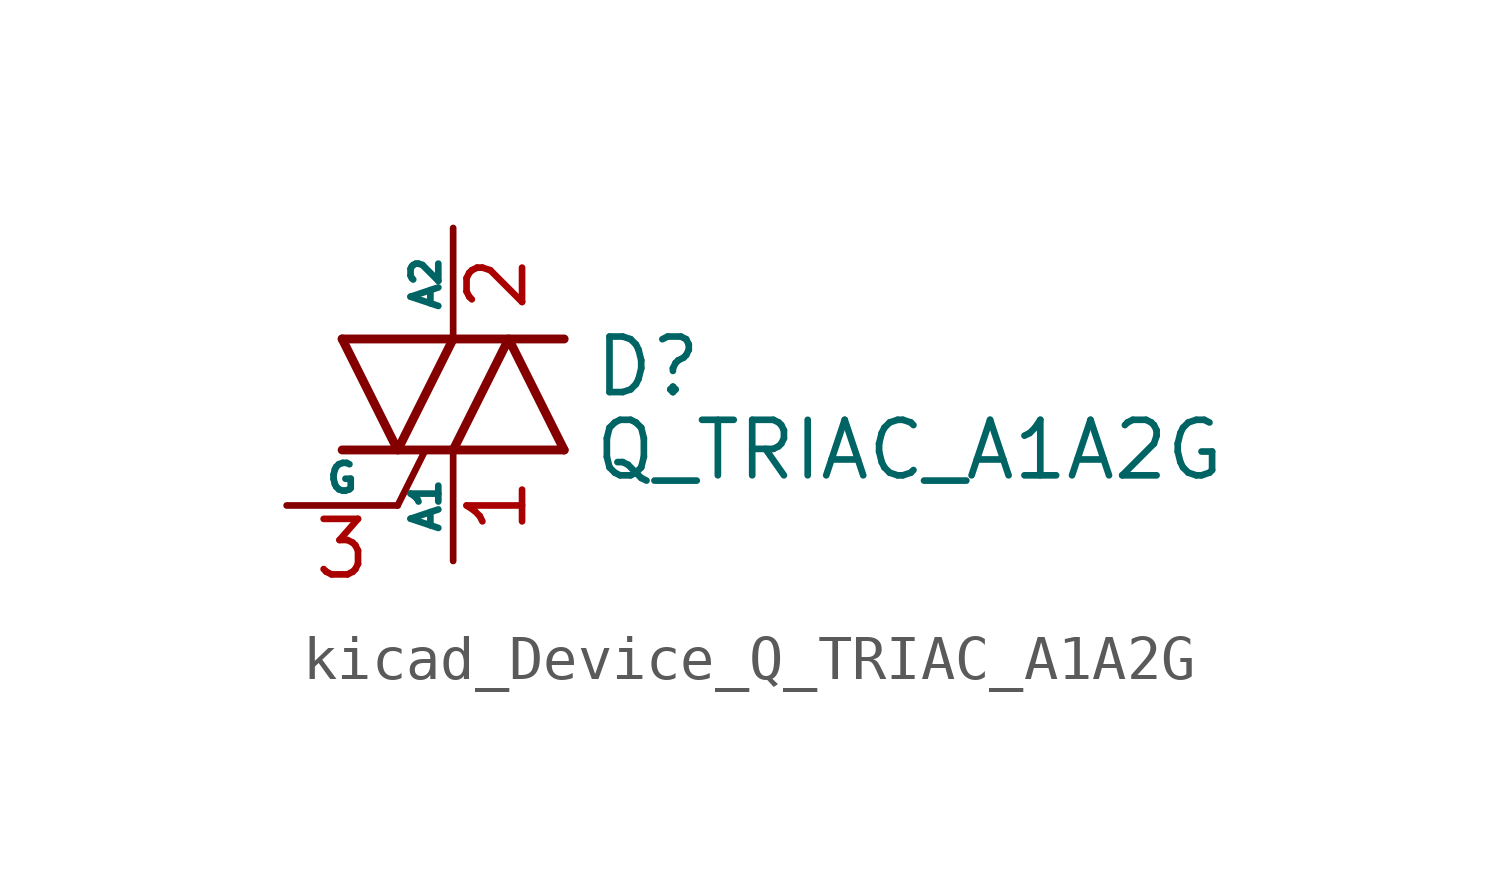
<source format=kicad_sym>
(kicad_symbol_lib
  (version 20220914)
  (generator kicad_symbol_editor)
  (symbol "kicad_Device_Q_TRIAC_A1A2G"
    (pin_names
      (offset 0))
    (property "Reference" "D"
      (at 3.175 0.635 0)
      (effects (font (size 1.27 1.27)) (justify left)))
    (property "Value" "Q_TRIAC_A1A2G"
      (at 3.175 -1.27 0)
      (effects (font (size 1.27 1.27)) (justify left)))
    (symbol "kicad_Device_Q_TRIAC_A1A2G_0_1"
      (polyline (pts (xy -2.54 -1.27) (xy 2.54 -1.27)) (stroke (width 0.203) (type default)) (fill (type none)))
      (polyline (pts (xy -2.54 1.27) (xy 2.54 1.27)) (stroke (width 0.203) (type default)) (fill (type none)))
      (polyline (pts (xy -1.27 -2.54) (xy -0.635 -1.27)) (stroke (width 0) (type default)) (fill (type none)))
      (polyline (pts (xy -2.54 1.27) (xy -1.27 -1.27) (xy 0 1.27)) (stroke (width 0.203) (type default)) (fill (type none)))
      (polyline (pts (xy 0 -1.27) (xy 1.27 1.27) (xy 2.54 -1.27)) (stroke (width 0.203) (type default)) (fill (type none))))
    (symbol "kicad_Device_Q_TRIAC_A1A2G_1_1"
      (pin passive line (at 0 -3.81 90) (length 2.54) (name "A1" (effects (font (size 0.635 0.635)))) (number "1" (effects (font (size 1.27 1.27)))))
      (pin passive line (at 0 3.81 270) (length 2.54) (name "A2" (effects (font (size 0.635 0.635)))) (number "2" (effects (font (size 1.27 1.27)))))
      (pin input line (at -3.81 -2.54 0) (length 2.54) (name "G" (effects (font (size 0.635 0.635)))) (number "3" (effects (font (size 1.27 1.27))))))))
</source>
